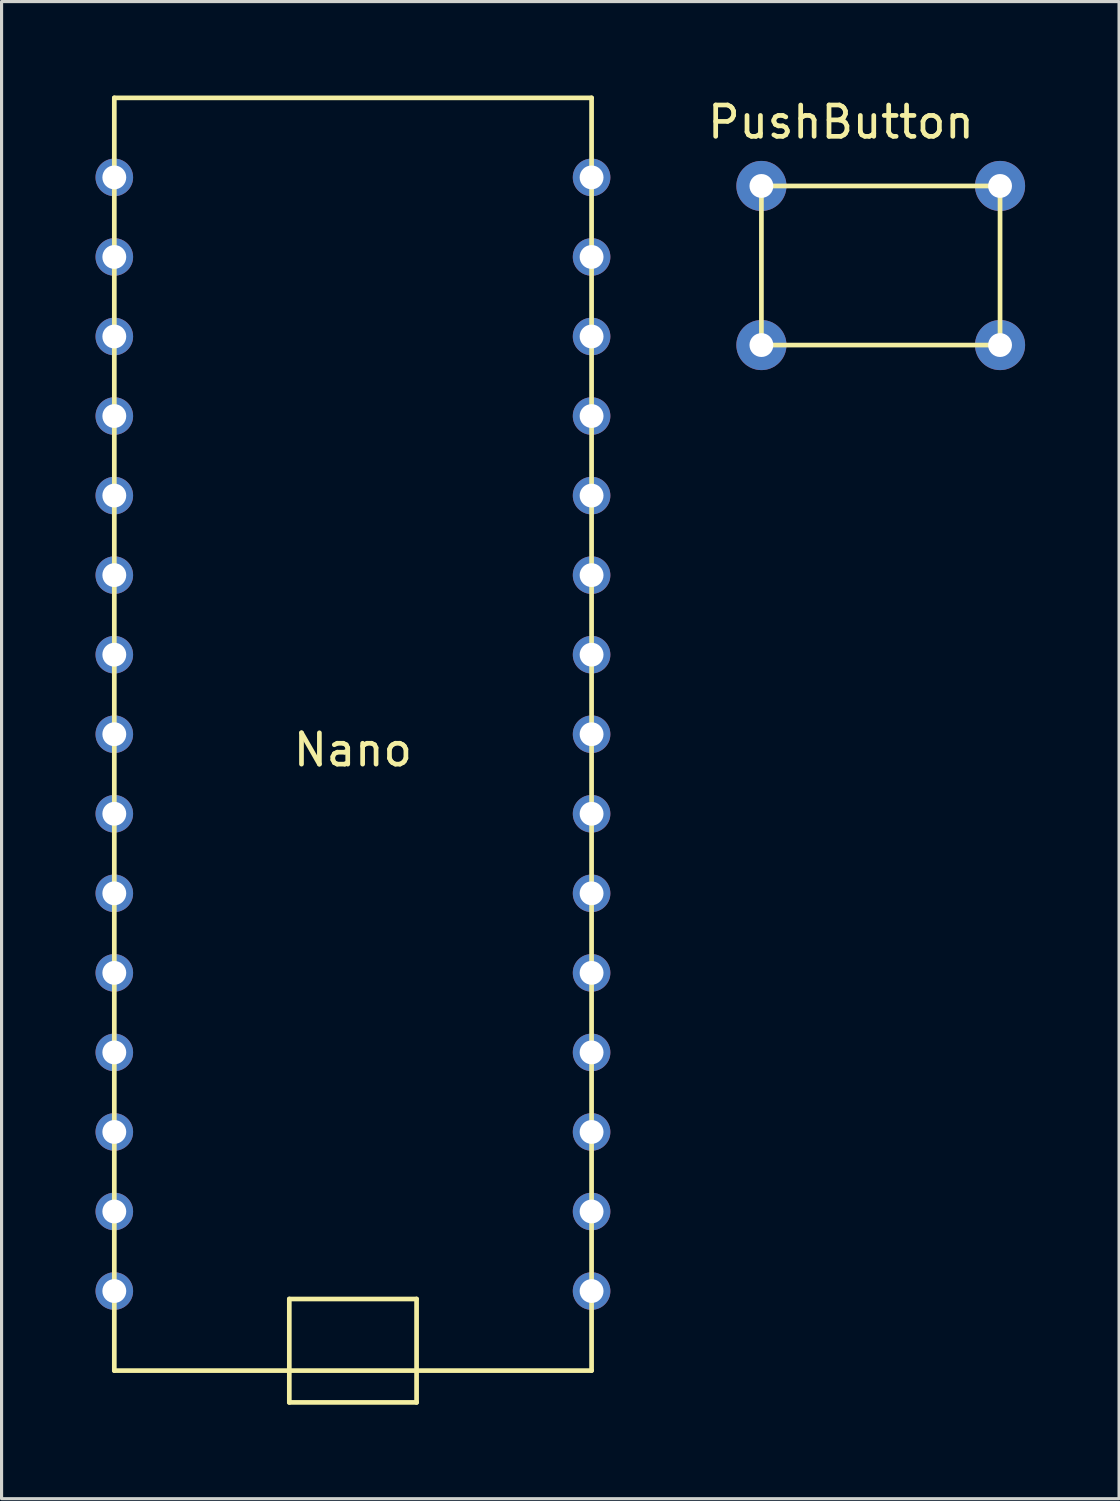
<source format=kicad_pcb>
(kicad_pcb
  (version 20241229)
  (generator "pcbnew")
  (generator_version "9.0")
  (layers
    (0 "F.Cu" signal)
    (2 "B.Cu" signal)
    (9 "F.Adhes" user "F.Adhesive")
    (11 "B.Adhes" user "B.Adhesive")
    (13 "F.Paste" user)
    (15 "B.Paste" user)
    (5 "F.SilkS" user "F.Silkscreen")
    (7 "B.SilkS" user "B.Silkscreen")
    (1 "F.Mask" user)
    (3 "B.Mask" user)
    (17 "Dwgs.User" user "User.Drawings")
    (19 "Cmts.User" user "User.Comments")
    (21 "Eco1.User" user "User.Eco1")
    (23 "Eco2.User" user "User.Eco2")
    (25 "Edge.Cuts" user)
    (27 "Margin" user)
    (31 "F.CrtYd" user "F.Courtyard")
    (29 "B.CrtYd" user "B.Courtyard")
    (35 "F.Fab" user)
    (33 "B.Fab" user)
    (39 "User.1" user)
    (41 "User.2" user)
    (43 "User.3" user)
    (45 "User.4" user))
  (footprint "PushButton"
    (layer "F.Cu")
    (at 23.803 0.348)
    (property "Reference" "PushButton" (at 0 0.5 0) (layer "F.SilkS") (effects (font (size 1 1) (thickness 0.15))))
    (attr through_hole)
    (fp_line (start -2.54 2.54) (end 5.08 2.54) (stroke (width 0.15) (type solid)) (layer "F.SilkS"))
    (fp_line (start -2.54 7.62) (end -2.54 2.54) (stroke (width 0.15) (type solid)) (layer "F.SilkS"))
    (fp_line (start 5.08 2.54) (end 5.08 7.62) (stroke (width 0.15) (type solid)) (layer "F.SilkS"))
    (fp_line (start 5.08 7.62) (end -2.54 7.62) (stroke (width 0.15) (type solid)) (layer "F.SilkS"))
    (pad "1" thru_hole circle (at 5.08 2.54) (size 1.6 1.6) (drill 0.762) (layers "*.Cu" "*.Mask"))
    (pad "2" thru_hole circle (at -2.54 2.54) (size 1.6 1.6) (drill 0.762) (layers "*.Cu" "*.Mask"))
    (pad "3" thru_hole circle (at -2.54 7.62) (size 1.6 1.6) (drill 0.762) (layers "*.Cu" "*.Mask"))
    (pad "4" thru_hole circle (at 5.08 7.62) (size 1.6 1.6) (drill 0.762) (layers "*.Cu" "*.Mask")))
  (footprint "Nano"
    (layer "F.Cu")
    (at 8.22 20.395)
    (property "Reference" "Nano" (at 0 0.5 0) (layer "F.SilkS") (effects (font (size 1 1) (thickness 0.15))))
    (attr through_hole)
    (fp_line (start -7.62 -20.32) (end 7.62 -20.32) (stroke (width 0.15) (type solid)) (layer "F.SilkS"))
    (fp_line (start -7.62 20.32) (end -7.62 -20.32) (stroke (width 0.15) (type solid)) (layer "F.SilkS"))
    (fp_line (start -2.032 18.034) (end 2.032 18.034) (stroke (width 0.15) (type solid)) (layer "F.SilkS"))
    (fp_line (start -2.032 21.336) (end -2.032 18.034) (stroke (width 0.15) (type solid)) (layer "F.SilkS"))
    (fp_line (start 2.032 18.034) (end 2.032 21.336) (stroke (width 0.15) (type solid)) (layer "F.SilkS"))
    (fp_line (start 2.032 21.336) (end -2.032 21.336) (stroke (width 0.15) (type solid)) (layer "F.SilkS"))
    (fp_line (start 7.62 -20.32) (end 7.62 20.32) (stroke (width 0.15) (type solid)) (layer "F.SilkS"))
    (fp_line (start 7.62 20.32) (end -7.62 20.32) (stroke (width 0.15) (type solid)) (layer "F.SilkS"))
    (pad "1" thru_hole circle (at -7.62 -17.78) (size 1.2 1.2) (drill 0.762) (layers "*.Cu" "*.Mask"))
    (pad "2" thru_hole circle (at -7.62 -15.24) (size 1.2 1.2) (drill 0.762) (layers "*.Cu" "*.Mask"))
    (pad "3" thru_hole circle (at -7.62 -12.7) (size 1.2 1.2) (drill 0.762) (layers "*.Cu" "*.Mask"))
    (pad "4" thru_hole circle (at -7.62 -10.16) (size 1.2 1.2) (drill 0.762) (layers "*.Cu" "*.Mask"))
    (pad "5" thru_hole circle (at -7.62 -7.62) (size 1.2 1.2) (drill 0.762) (layers "*.Cu" "*.Mask"))
    (pad "6" thru_hole circle (at -7.62 -5.08) (size 1.2 1.2) (drill 0.762) (layers "*.Cu" "*.Mask"))
    (pad "7" thru_hole circle (at -7.62 -2.54) (size 1.2 1.2) (drill 0.762) (layers "*.Cu" "*.Mask"))
    (pad "8" thru_hole circle (at -7.62 0) (size 1.2 1.2) (drill 0.762) (layers "*.Cu" "*.Mask"))
    (pad "9" thru_hole circle (at -7.62 2.54) (size 1.2 1.2) (drill 0.762) (layers "*.Cu" "*.Mask"))
    (pad "10" thru_hole circle (at -7.62 5.08) (size 1.2 1.2) (drill 0.762) (layers "*.Cu" "*.Mask"))
    (pad "11" thru_hole circle (at -7.62 7.62) (size 1.2 1.2) (drill 0.762) (layers "*.Cu" "*.Mask"))
    (pad "12" thru_hole circle (at -7.62 10.16) (size 1.2 1.2) (drill 0.762) (layers "*.Cu" "*.Mask"))
    (pad "13" thru_hole circle (at -7.62 12.7) (size 1.2 1.2) (drill 0.762) (layers "*.Cu" "*.Mask"))
    (pad "14" thru_hole circle (at -7.62 15.24) (size 1.2 1.2) (drill 0.762) (layers "*.Cu" "*.Mask"))
    (pad "15" thru_hole circle (at -7.62 17.78) (size 1.2 1.2) (drill 0.762) (layers "*.Cu" "*.Mask"))
    (pad "16" thru_hole circle (at 7.62 17.78) (size 1.2 1.2) (drill 0.762) (layers "*.Cu" "*.Mask"))
    (pad "17" thru_hole circle (at 7.62 15.24) (size 1.2 1.2) (drill 0.762) (layers "*.Cu" "*.Mask"))
    (pad "18" thru_hole circle (at 7.62 12.7) (size 1.2 1.2) (drill 0.762) (layers "*.Cu" "*.Mask"))
    (pad "19" thru_hole circle (at 7.62 10.16) (size 1.2 1.2) (drill 0.762) (layers "*.Cu" "*.Mask"))
    (pad "20" thru_hole circle (at 7.62 7.62) (size 1.2 1.2) (drill 0.762) (layers "*.Cu" "*.Mask"))
    (pad "21" thru_hole circle (at 7.62 5.08) (size 1.2 1.2) (drill 0.762) (layers "*.Cu" "*.Mask"))
    (pad "22" thru_hole circle (at 7.62 2.54) (size 1.2 1.2) (drill 0.762) (layers "*.Cu" "*.Mask"))
    (pad "23" thru_hole circle (at 7.62 0) (size 1.2 1.2) (drill 0.762) (layers "*.Cu" "*.Mask"))
    (pad "24" thru_hole circle (at 7.62 -2.54) (size 1.2 1.2) (drill 0.762) (layers "*.Cu" "*.Mask"))
    (pad "25" thru_hole circle (at 7.62 -5.08) (size 1.2 1.2) (drill 0.762) (layers "*.Cu" "*.Mask"))
    (pad "26" thru_hole circle (at 7.62 -7.62) (size 1.2 1.2) (drill 0.762) (layers "*.Cu" "*.Mask"))
    (pad "27" thru_hole circle (at 7.62 -10.16) (size 1.2 1.2) (drill 0.762) (layers "*.Cu" "*.Mask"))
    (pad "28" thru_hole circle (at 7.62 -12.7) (size 1.2 1.2) (drill 0.762) (layers "*.Cu" "*.Mask"))
    (pad "29" thru_hole circle (at 7.62 -15.24) (size 1.2 1.2) (drill 0.762) (layers "*.Cu" "*.Mask"))
    (pad "30" thru_hole circle (at 7.62 -17.78) (size 1.2 1.2) (drill 0.762) (layers "*.Cu" "*.Mask")))
  (gr_rect
    (start -3 -3)
    (end 32.683 44.806)
    (stroke (width 0.1) (type default))
    (fill no)
    (layer "Edge.Cuts")))
</source>
